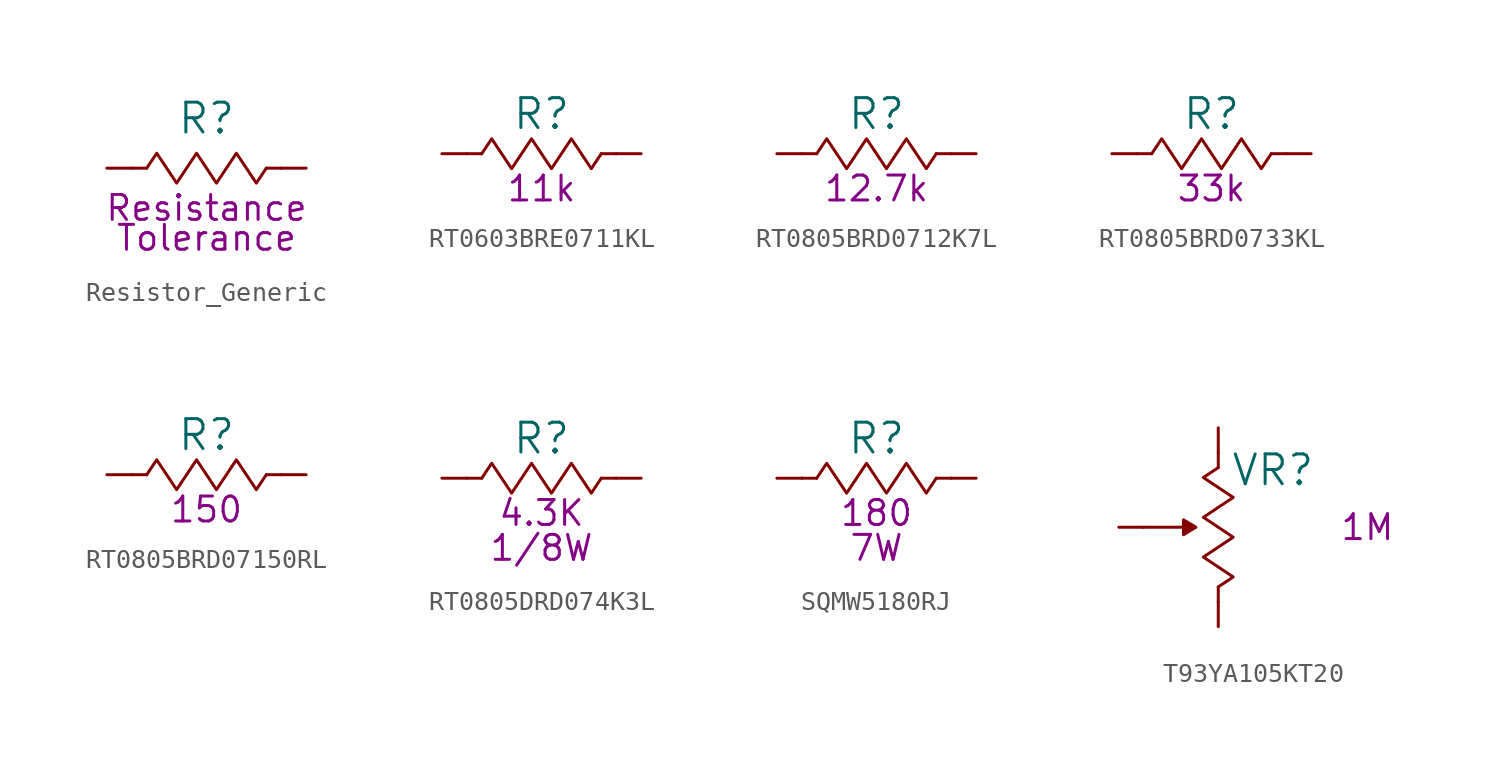
<source format=kicad_sym>
(kicad_symbol_lib
  (version 20220914)
  (generator kicad_symbol_editor)
  (symbol "Resistor_Generic"
    (pin_numbers hide)
    (pin_names
      (offset 0) hide)
    (property "Reference" "R"
      (at 0 2.54 0)
      (effects (font (size 1.524 1.524))))
    (property "Resistance (Ohms)" "Resistance"
      (at 0 -2.032 0)
      (effects (font (size 1.27 1.27))))
    (property "Tolerance (%)" "Tolerance"
      (at 0 -3.556 0)
      (effects (font (size 1.27 1.27))))
    (symbol "Resistor_Generic_0_1"
      (rectangle (start -3.81 0) (end -3.048 0) (stroke (width 0) (type default)) (fill (type none)))
      (rectangle (start 3.81 0) (end 3.048 0) (stroke (width 0) (type default)) (fill (type none))))
    (symbol "Resistor_Generic_1_1"
      (polyline (pts (xy -3.048 0) (xy -2.54 0.762) (xy -2.032 0) (xy -1.524 -0.762) (xy -1.016 0) (xy -0.508 0.762) (xy 0 0) (xy 0.508 -0.762) (xy 1.016 0) (xy 1.524 0.762) (xy 2.032 0) (xy 2.54 -0.762) (xy 3.048 0)) (stroke (width 0) (type default)) (fill (type none)))
      (pin passive line (at -5.08 0 0) (length 1.27) (name "1" (effects (font (size 1.27 1.27)))) (number "1" (effects (font (size 1.27 1.27)))))
      (pin passive line (at 5.08 0 180) (length 1.27) (name "2" (effects (font (size 1.27 1.27)))) (number "2" (effects (font (size 1.27 1.27)))))))
  (symbol "RT0603BRE0711KL"
    (pin_numbers hide)
    (pin_names
      (offset 0) hide)
    (property "Reference" "R"
      (at 0 2.032 0)
      (effects (font (size 1.524 1.524))))
    (property "Resistance (Ohms)" "11k"
      (at 0 -1.778 0)
      (effects (font (size 1.27 1.27))))
    (symbol "RT0603BRE0711KL_0_1"
      (rectangle (start -3.048 0) (end -3.81 0) (stroke (width 0) (type default)) (fill (type none)))
      (polyline (pts (xy -3.048 0) (xy -2.54 0.762) (xy -2.032 0) (xy -1.524 -0.762) (xy -1.016 0) (xy -0.508 0.762) (xy 0 0) (xy 0.508 -0.762) (xy 1.016 0) (xy 1.524 0.762) (xy 2.032 0) (xy 2.54 -0.762) (xy 3.048 0)) (stroke (width 0) (type default)) (fill (type none)))
      (rectangle (start 3.81 0) (end 3.048 0) (stroke (width 0) (type default)) (fill (type none))))
    (symbol "RT0603BRE0711KL_1_1"
      (pin passive line (at -5.08 0 0) (length 1.27) (name "1" (effects (font (size 1.27 1.27)))) (number "1" (effects (font (size 1.27 1.27)))))
      (pin passive line (at 5.08 0 180) (length 1.27) (name "2" (effects (font (size 1.27 1.27)))) (number "2" (effects (font (size 1.27 1.27)))))))
  (symbol "RT0805BRD0712K7L"
    (pin_numbers hide)
    (pin_names
      (offset 0) hide)
    (property "Reference" "R"
      (at 0 2.032 0)
      (effects (font (size 1.524 1.524))))
    (property "Resistance (Ohms)" "12.7k"
      (at 0 -1.778 0)
      (effects (font (size 1.27 1.27))))
    (symbol "RT0805BRD0712K7L_0_1"
      (rectangle (start -3.048 0) (end -3.81 0) (stroke (width 0) (type default)) (fill (type none)))
      (polyline (pts (xy -3.048 0) (xy -2.54 0.762) (xy -2.032 0) (xy -1.524 -0.762) (xy -1.016 0) (xy -0.508 0.762) (xy 0 0) (xy 0.508 -0.762) (xy 1.016 0) (xy 1.524 0.762) (xy 2.032 0) (xy 2.54 -0.762) (xy 3.048 0)) (stroke (width 0) (type default)) (fill (type none)))
      (rectangle (start 3.81 0) (end 3.048 0) (stroke (width 0) (type default)) (fill (type none))))
    (symbol "RT0805BRD0712K7L_1_1"
      (pin passive line (at -5.08 0 0) (length 1.27) (name "1" (effects (font (size 1.27 1.27)))) (number "1" (effects (font (size 1.27 1.27)))))
      (pin passive line (at 5.08 0 180) (length 1.27) (name "2" (effects (font (size 1.27 1.27)))) (number "2" (effects (font (size 1.27 1.27)))))))
  (symbol "RT0805BRD0733KL"
    (pin_numbers hide)
    (pin_names
      (offset 0) hide)
    (property "Reference" "R"
      (at 0 2.032 0)
      (effects (font (size 1.524 1.524))))
    (property "Resistance (Ohms)" "33k"
      (at 0 -1.778 0)
      (effects (font (size 1.27 1.27))))
    (symbol "RT0805BRD0733KL_0_1"
      (rectangle (start -3.048 0) (end -3.81 0) (stroke (width 0) (type default)) (fill (type none)))
      (polyline (pts (xy -3.048 0) (xy -2.54 0.762) (xy -2.032 0) (xy -1.524 -0.762) (xy -1.016 0) (xy -0.508 0.762) (xy 0 0) (xy 0.508 -0.762) (xy 1.016 0) (xy 1.524 0.762) (xy 2.032 0) (xy 2.54 -0.762) (xy 3.048 0)) (stroke (width 0) (type default)) (fill (type none)))
      (rectangle (start 3.81 0) (end 3.048 0) (stroke (width 0) (type default)) (fill (type none))))
    (symbol "RT0805BRD0733KL_1_1"
      (pin passive line (at -5.08 0 0) (length 1.27) (name "1" (effects (font (size 1.27 1.27)))) (number "1" (effects (font (size 1.27 1.27)))))
      (pin passive line (at 5.08 0 180) (length 1.27) (name "2" (effects (font (size 1.27 1.27)))) (number "2" (effects (font (size 1.27 1.27)))))))
  (symbol "RT0805BRD07150RL"
    (pin_numbers hide)
    (pin_names
      (offset 0) hide)
    (property "Reference" "R"
      (at 0 2.032 0)
      (effects (font (size 1.524 1.524))))
    (property "Resistance (Ohms)" "150"
      (at 0 -1.778 0)
      (effects (font (size 1.27 1.27))))
    (symbol "RT0805BRD07150RL_0_1"
      (rectangle (start -3.048 0) (end -3.81 0) (stroke (width 0) (type default)) (fill (type none)))
      (polyline (pts (xy -3.048 0) (xy -2.54 0.762) (xy -2.032 0) (xy -1.524 -0.762) (xy -1.016 0) (xy -0.508 0.762) (xy 0 0) (xy 0.508 -0.762) (xy 1.016 0) (xy 1.524 0.762) (xy 2.032 0) (xy 2.54 -0.762) (xy 3.048 0)) (stroke (width 0) (type default)) (fill (type none)))
      (rectangle (start 3.81 0) (end 3.048 0) (stroke (width 0) (type default)) (fill (type none))))
    (symbol "RT0805BRD07150RL_1_1"
      (pin passive line (at -5.08 0 0) (length 1.27) (name "1" (effects (font (size 1.27 1.27)))) (number "1" (effects (font (size 1.27 1.27)))))
      (pin passive line (at 5.08 0 180) (length 1.27) (name "2" (effects (font (size 1.27 1.27)))) (number "2" (effects (font (size 1.27 1.27)))))))
  (symbol "RT0805DRD074K3L"
    (pin_numbers hide)
    (pin_names
      (offset 0) hide)
    (property "Reference" "R"
      (at 0 2.032 0)
      (effects (font (size 1.524 1.524))))
    (property "Resistance (Ohms)" "4.3K"
      (at 0 -1.778 0)
      (effects (font (size 1.27 1.27))))
    (property "Puissance (Watts)" "1/8W"
      (at 0 -3.556 0)
      (effects (font (size 1.27 1.27))))
    (symbol "RT0805DRD074K3L_0_1"
      (rectangle (start -3.048 0) (end -3.81 0) (stroke (width 0) (type default)) (fill (type none)))
      (polyline (pts (xy -3.048 0) (xy -2.54 0.762) (xy -2.032 0) (xy -1.524 -0.762) (xy -1.016 0) (xy -0.508 0.762) (xy 0 0) (xy 0.508 -0.762) (xy 1.016 0) (xy 1.524 0.762) (xy 2.032 0) (xy 2.54 -0.762) (xy 3.048 0)) (stroke (width 0) (type default)) (fill (type none)))
      (rectangle (start 3.81 0) (end 3.048 0) (stroke (width 0) (type default)) (fill (type none))))
    (symbol "RT0805DRD074K3L_1_1"
      (pin passive line (at -5.08 0 0) (length 1.27) (name "1" (effects (font (size 1.27 1.27)))) (number "1" (effects (font (size 1.27 1.27)))))
      (pin passive line (at 5.08 0 180) (length 1.27) (name "2" (effects (font (size 1.27 1.27)))) (number "2" (effects (font (size 1.27 1.27)))))))
  (symbol "SQMW5180RJ"
    (pin_numbers hide)
    (pin_names
      (offset 0) hide)
    (property "Reference" "R"
      (at 0 2.032 0)
      (effects (font (size 1.524 1.524))))
    (property "Resistance (Ohms)" "180"
      (at 0 -1.778 0)
      (effects (font (size 1.27 1.27))))
    (property "Puissance (Watts)" "7W"
      (at 0 -3.556 0)
      (effects (font (size 1.27 1.27))))
    (symbol "SQMW5180RJ_0_1"
      (rectangle (start -3.048 0) (end -3.81 0) (stroke (width 0) (type default)) (fill (type none)))
      (polyline (pts (xy -3.048 0) (xy -2.54 0.762) (xy -2.032 0) (xy -1.524 -0.762) (xy -1.016 0) (xy -0.508 0.762) (xy 0 0) (xy 0.508 -0.762) (xy 1.016 0) (xy 1.524 0.762) (xy 2.032 0) (xy 2.54 -0.762) (xy 3.048 0)) (stroke (width 0) (type default)) (fill (type none)))
      (rectangle (start 3.81 0) (end 3.048 0) (stroke (width 0) (type default)) (fill (type none))))
    (symbol "SQMW5180RJ_1_1"
      (pin passive line (at -5.08 0 0) (length 1.27) (name "1" (effects (font (size 1.27 1.27)))) (number "1" (effects (font (size 1.27 1.27)))))
      (pin passive line (at 5.08 0 180) (length 1.27) (name "2" (effects (font (size 1.27 1.27)))) (number "2" (effects (font (size 1.27 1.27)))))))
  (symbol "T93YA105KT20"
    (pin_numbers hide)
    (pin_names
      (offset 0) hide)
    (property "Reference" "VR"
      (at 2.794 2.921 0)
      (effects (font (size 1.524 1.524))))
    (property "Resistance (Ohms)" "1M"
      (at 7.62 0 0)
      (effects (font (size 1.27 1.27))))
    (symbol "T93YA105KT20_0_1"
      (rectangle (start 0 -3.048) (end 0 -3.81) (stroke (width 0) (type default)) (fill (type none)))
      (polyline (pts (xy -3.81 0) (xy -1.143 0) (xy -1.778 0.381) (xy -1.778 -0.381) (xy -1.143 0)) (stroke (width 0) (type default)) (fill (type outline)))
      (polyline (pts (xy 0 -3.048) (xy 0.762 -2.54) (xy 0 -2.032) (xy -0.762 -1.524) (xy 0 -1.016) (xy 0.762 -0.508) (xy 0 0) (xy -0.762 0.508) (xy 0 1.016) (xy 0.762 1.524) (xy 0 2.032) (xy -0.762 2.54) (xy 0 3.048)) (stroke (width 0) (type default)) (fill (type none)))
      (rectangle (start 0 3.81) (end 0 3.048) (stroke (width 0) (type default)) (fill (type none))))
    (symbol "T93YA105KT20_1_1"
      (pin passive line (at 0 5.08 270) (length 1.27) (name "~" (effects (font (size 1.27 1.27)))) (number "1" (effects (font (size 1.27 1.27)))))
      (pin passive line (at -5.08 0 0) (length 1.27) (name "~" (effects (font (size 1.27 1.27)))) (number "2" (effects (font (size 1.27 1.27)))))
      (pin passive line (at 0 -5.08 90) (length 1.27) (name "~" (effects (font (size 1.27 1.27)))) (number "3" (effects (font (size 1.27 1.27))))))))
</source>
